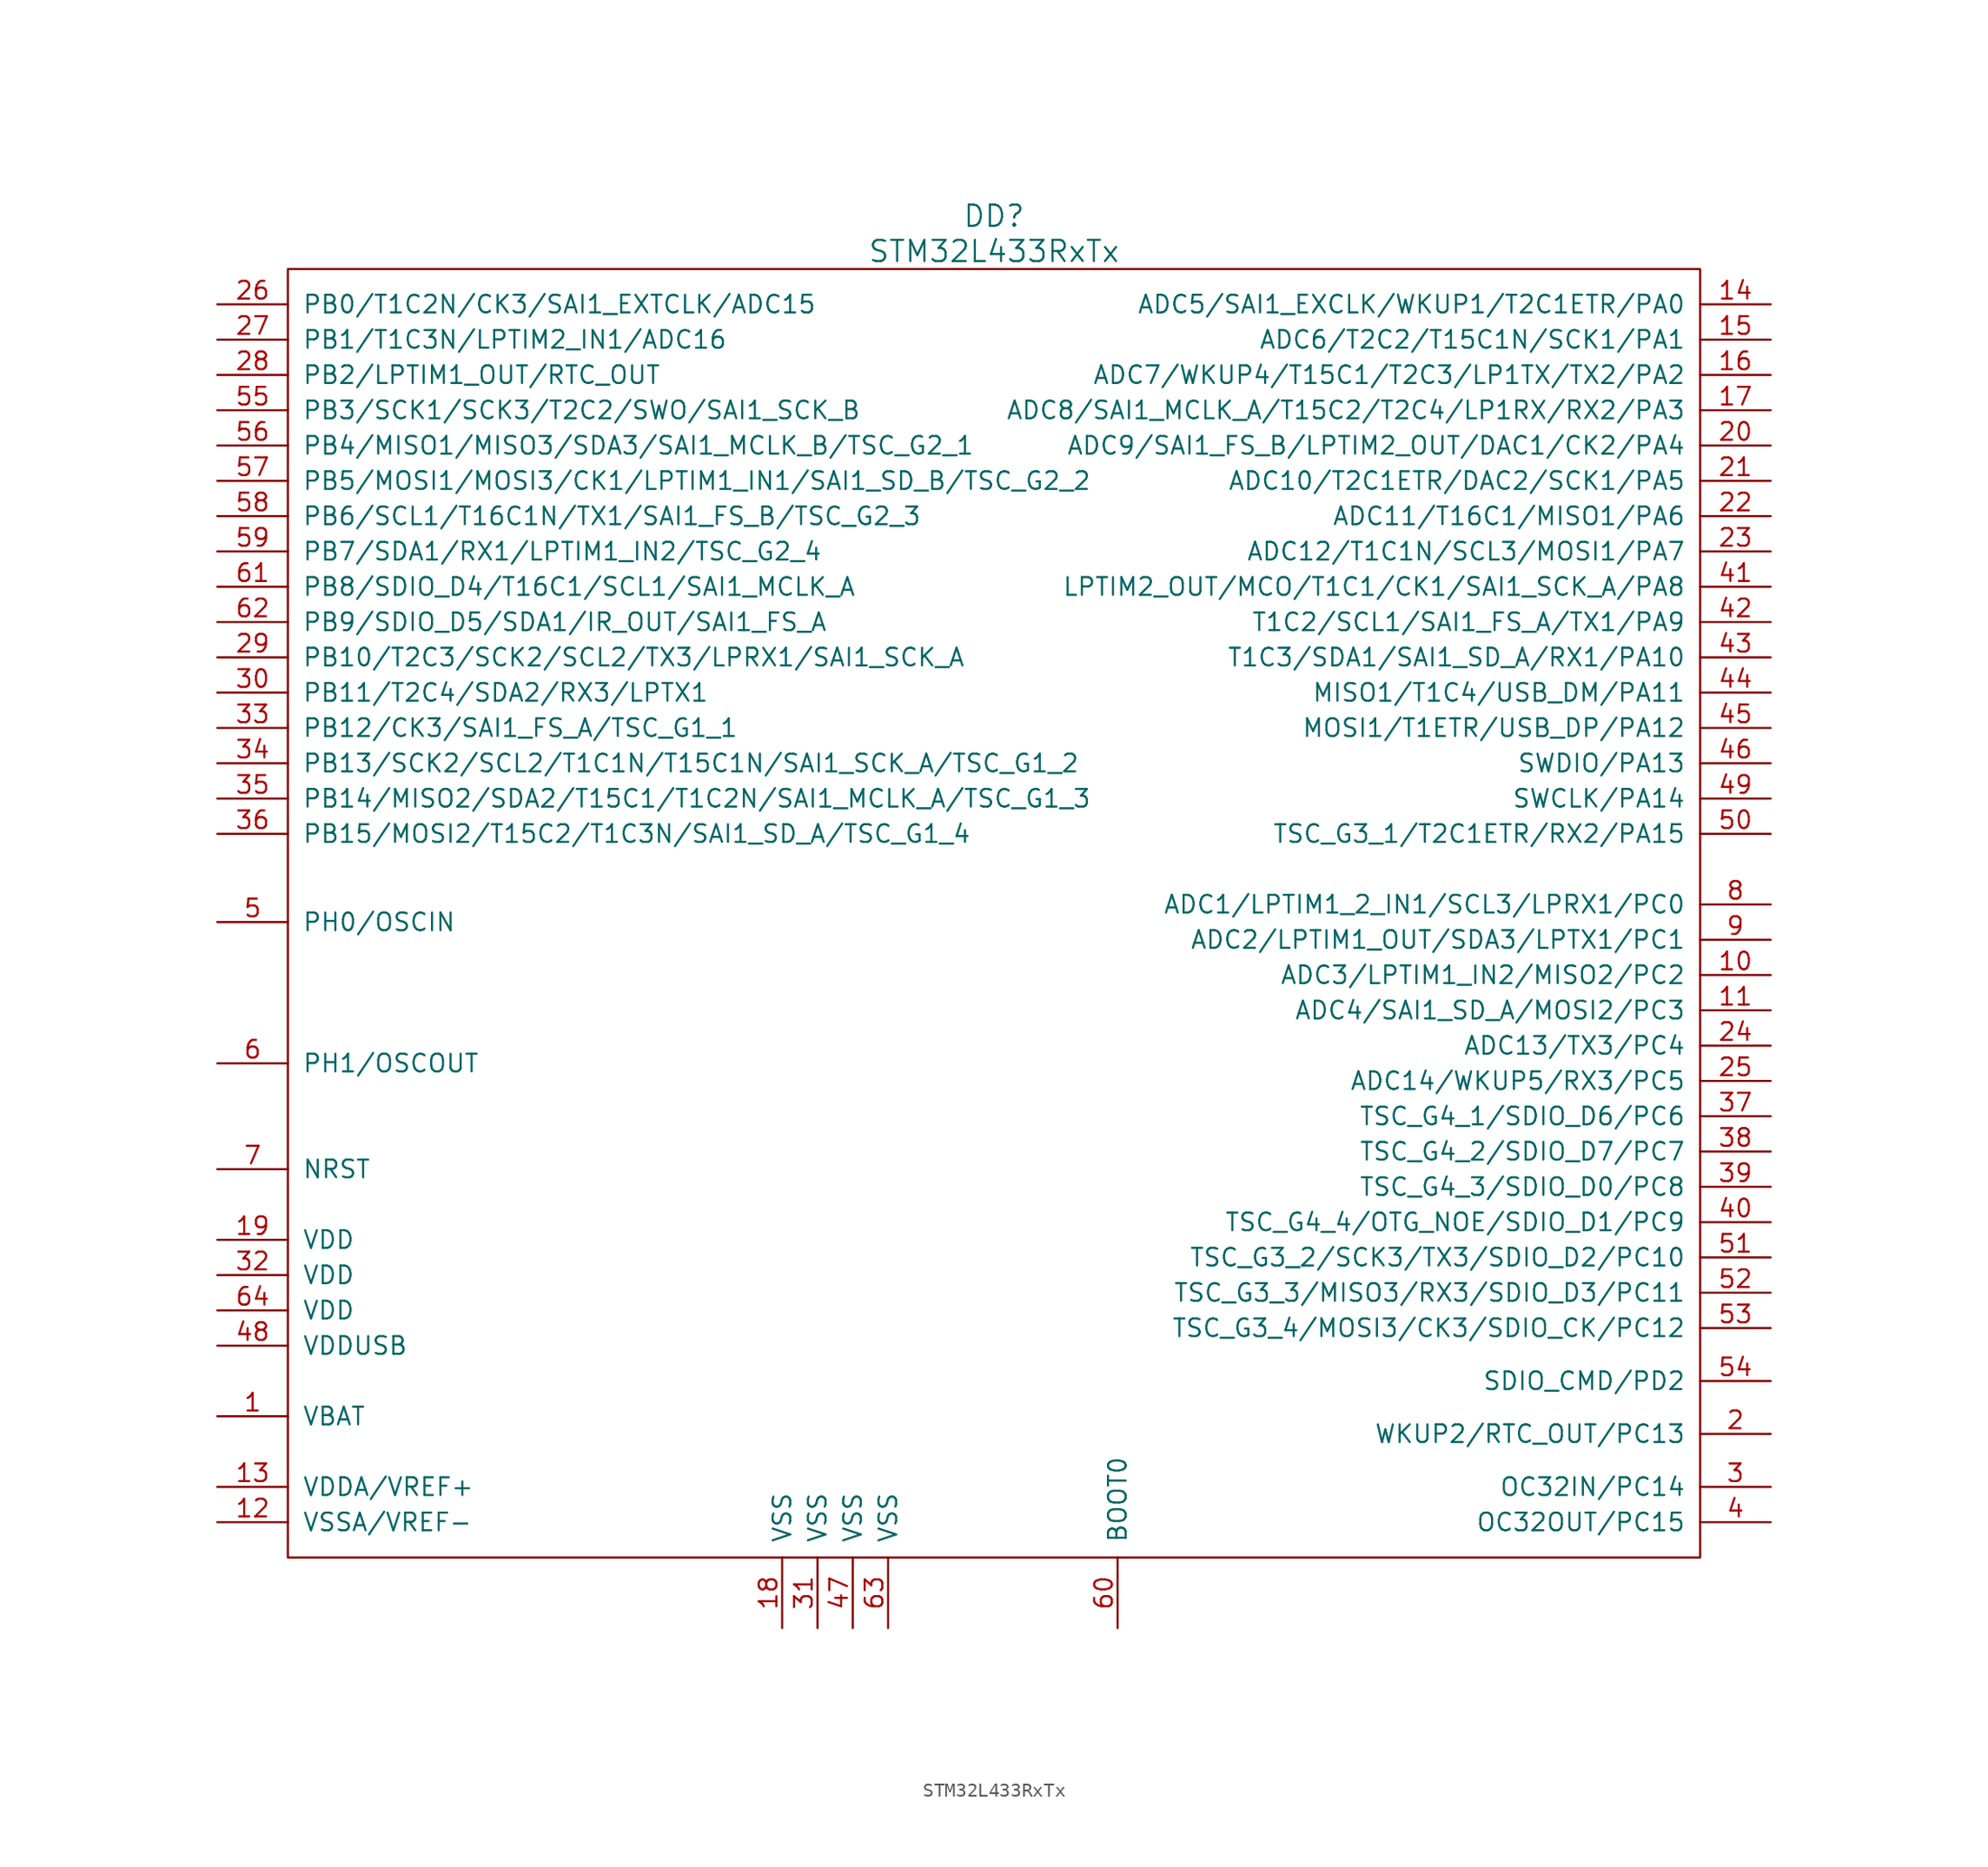
<source format=kicad_sym>
(kicad_symbol_lib
  (version 20220914)
  (generator kicad_symbol_editor)
  (symbol "STM32L433RxTx"
    (pin_names
      (offset 1.016))
    (property "Reference" "DD"
      (at 0 49.53 0)
      (effects (font (size 1.524 1.524))))
    (property "Value" "STM32L433RxTx"
      (at 0 46.99 0)
      (effects (font (size 1.524 1.524))))
    (property "Datasheet" ""
      (at 1.27 7.62 0)
      (effects (font (size 1.524 1.524))))
    (symbol "STM32L433RxTx_0_1"
      (rectangle (start 50.8 45.72) (end -50.8 -46.99) (stroke (width 0) (type solid)) (fill (type none))))
    (symbol "STM32L433RxTx_1_1"
      (pin power_in line (at -55.88 -36.83 0) (length 5.08) (name "VBAT" (effects (font (size 1.27 1.27)))) (number "1" (effects (font (size 1.27 1.27)))))
      (pin passive line (at 55.88 -5.08 180) (length 5.08) (name "ADC3/LPTIM1_IN2/MISO2/PC2" (effects (font (size 1.27 1.27)))) (number "10" (effects (font (size 1.27 1.27)))))
      (pin passive line (at 55.88 -7.62 180) (length 5.08) (name "ADC4/SAI1_SD_A/MOSI2/PC3" (effects (font (size 1.27 1.27)))) (number "11" (effects (font (size 1.27 1.27)))))
      (pin power_in line (at -55.88 -44.45 0) (length 5.08) (name "VSSA/VREF-" (effects (font (size 1.27 1.27)))) (number "12" (effects (font (size 1.27 1.27)))))
      (pin power_in line (at -55.88 -41.91 0) (length 5.08) (name "VDDA/VREF+" (effects (font (size 1.27 1.27)))) (number "13" (effects (font (size 1.27 1.27)))))
      (pin passive line (at 55.88 43.18 180) (length 5.08) (name "ADC5/SAI1_EXCLK/WKUP1/T2C1ETR/PA0" (effects (font (size 1.27 1.27)))) (number "14" (effects (font (size 1.27 1.27)))))
      (pin passive line (at 55.88 40.64 180) (length 5.08) (name "ADC6/T2C2/T15C1N/SCK1/PA1" (effects (font (size 1.27 1.27)))) (number "15" (effects (font (size 1.27 1.27)))))
      (pin passive line (at 55.88 38.1 180) (length 5.08) (name "ADC7/WKUP4/T15C1/T2C3/LP1TX/TX2/PA2" (effects (font (size 1.27 1.27)))) (number "16" (effects (font (size 1.27 1.27)))))
      (pin passive line (at 55.88 35.56 180) (length 5.08) (name "ADC8/SAI1_MCLK_A/T15C2/T2C4/LP1RX/RX2/PA3" (effects (font (size 1.27 1.27)))) (number "17" (effects (font (size 1.27 1.27)))))
      (pin power_in line (at -15.24 -52.07 90) (length 5.08) (name "VSS" (effects (font (size 1.27 1.27)))) (number "18" (effects (font (size 1.27 1.27)))))
      (pin power_in line (at -55.88 -24.13 0) (length 5.08) (name "VDD" (effects (font (size 1.27 1.27)))) (number "19" (effects (font (size 1.27 1.27)))))
      (pin passive line (at 55.88 -38.1 180) (length 5.08) (name "WKUP2/RTC_OUT/PC13" (effects (font (size 1.27 1.27)))) (number "2" (effects (font (size 1.27 1.27)))))
      (pin passive line (at 55.88 33.02 180) (length 5.08) (name "ADC9/SAI1_FS_B/LPTIM2_OUT/DAC1/CK2/PA4" (effects (font (size 1.27 1.27)))) (number "20" (effects (font (size 1.27 1.27)))))
      (pin passive line (at 55.88 30.48 180) (length 5.08) (name "ADC10/T2C1ETR/DAC2/SCK1/PA5" (effects (font (size 1.27 1.27)))) (number "21" (effects (font (size 1.27 1.27)))))
      (pin passive line (at 55.88 27.94 180) (length 5.08) (name "ADC11/T16C1/MISO1/PA6" (effects (font (size 1.27 1.27)))) (number "22" (effects (font (size 1.27 1.27)))))
      (pin passive line (at 55.88 25.4 180) (length 5.08) (name "ADC12/T1C1N/SCL3/MOSI1/PA7" (effects (font (size 1.27 1.27)))) (number "23" (effects (font (size 1.27 1.27)))))
      (pin passive line (at 55.88 -10.16 180) (length 5.08) (name "ADC13/TX3/PC4" (effects (font (size 1.27 1.27)))) (number "24" (effects (font (size 1.27 1.27)))))
      (pin passive line (at 55.88 -12.7 180) (length 5.08) (name "ADC14/WKUP5/RX3/PC5" (effects (font (size 1.27 1.27)))) (number "25" (effects (font (size 1.27 1.27)))))
      (pin passive line (at -55.88 43.18 0) (length 5.08) (name "PB0/T1C2N/CK3/SAI1_EXTCLK/ADC15" (effects (font (size 1.27 1.27)))) (number "26" (effects (font (size 1.27 1.27)))))
      (pin passive line (at -55.88 40.64 0) (length 5.08) (name "PB1/T1C3N/LPTIM2_IN1/ADC16" (effects (font (size 1.27 1.27)))) (number "27" (effects (font (size 1.27 1.27)))))
      (pin passive line (at -55.88 38.1 0) (length 5.08) (name "PB2/LPTIM1_OUT/RTC_OUT" (effects (font (size 1.27 1.27)))) (number "28" (effects (font (size 1.27 1.27)))))
      (pin passive line (at -55.88 17.78 0) (length 5.08) (name "PB10/T2C3/SCK2/SCL2/TX3/LPRX1/SAI1_SCK_A" (effects (font (size 1.27 1.27)))) (number "29" (effects (font (size 1.27 1.27)))))
      (pin passive line (at 55.88 -41.91 180) (length 5.08) (name "OC32IN/PC14" (effects (font (size 1.27 1.27)))) (number "3" (effects (font (size 1.27 1.27)))))
      (pin passive line (at -55.88 15.24 0) (length 5.08) (name "PB11/T2C4/SDA2/RX3/LPTX1" (effects (font (size 1.27 1.27)))) (number "30" (effects (font (size 1.27 1.27)))))
      (pin power_in line (at -12.7 -52.07 90) (length 5.08) (name "VSS" (effects (font (size 1.27 1.27)))) (number "31" (effects (font (size 1.27 1.27)))))
      (pin power_in line (at -55.88 -26.67 0) (length 5.08) (name "VDD" (effects (font (size 1.27 1.27)))) (number "32" (effects (font (size 1.27 1.27)))))
      (pin passive line (at -55.88 12.7 0) (length 5.08) (name "PB12/CK3/SAI1_FS_A/TSC_G1_1" (effects (font (size 1.27 1.27)))) (number "33" (effects (font (size 1.27 1.27)))))
      (pin passive line (at -55.88 10.16 0) (length 5.08) (name "PB13/SCK2/SCL2/T1C1N/T15C1N/SAI1_SCK_A/TSC_G1_2" (effects (font (size 1.27 1.27)))) (number "34" (effects (font (size 1.27 1.27)))))
      (pin passive line (at -55.88 7.62 0) (length 5.08) (name "PB14/MISO2/SDA2/T15C1/T1C2N/SAI1_MCLK_A/TSC_G1_3" (effects (font (size 1.27 1.27)))) (number "35" (effects (font (size 1.27 1.27)))))
      (pin passive line (at -55.88 5.08 0) (length 5.08) (name "PB15/MOSI2/T15C2/T1C3N/SAI1_SD_A/TSC_G1_4" (effects (font (size 1.27 1.27)))) (number "36" (effects (font (size 1.27 1.27)))))
      (pin passive line (at 55.88 -15.24 180) (length 5.08) (name "TSC_G4_1/SDIO_D6/PC6" (effects (font (size 1.27 1.27)))) (number "37" (effects (font (size 1.27 1.27)))))
      (pin passive line (at 55.88 -17.78 180) (length 5.08) (name "TSC_G4_2/SDIO_D7/PC7" (effects (font (size 1.27 1.27)))) (number "38" (effects (font (size 1.27 1.27)))))
      (pin passive line (at 55.88 -20.32 180) (length 5.08) (name "TSC_G4_3/SDIO_D0/PC8" (effects (font (size 1.27 1.27)))) (number "39" (effects (font (size 1.27 1.27)))))
      (pin passive line (at 55.88 -44.45 180) (length 5.08) (name "OC32OUT/PC15" (effects (font (size 1.27 1.27)))) (number "4" (effects (font (size 1.27 1.27)))))
      (pin passive line (at 55.88 -22.86 180) (length 5.08) (name "TSC_G4_4/OTG_NOE/SDIO_D1/PC9" (effects (font (size 1.27 1.27)))) (number "40" (effects (font (size 1.27 1.27)))))
      (pin passive line (at 55.88 22.86 180) (length 5.08) (name "LPTIM2_OUT/MCO/T1C1/CK1/SAI1_SCK_A/PA8" (effects (font (size 1.27 1.27)))) (number "41" (effects (font (size 1.27 1.27)))))
      (pin passive line (at 55.88 20.32 180) (length 5.08) (name "T1C2/SCL1/SAI1_FS_A/TX1/PA9" (effects (font (size 1.27 1.27)))) (number "42" (effects (font (size 1.27 1.27)))))
      (pin passive line (at 55.88 17.78 180) (length 5.08) (name "T1C3/SDA1/SAI1_SD_A/RX1/PA10" (effects (font (size 1.27 1.27)))) (number "43" (effects (font (size 1.27 1.27)))))
      (pin passive line (at 55.88 15.24 180) (length 5.08) (name "MISO1/T1C4/USB_DM/PA11" (effects (font (size 1.27 1.27)))) (number "44" (effects (font (size 1.27 1.27)))))
      (pin passive line (at 55.88 12.7 180) (length 5.08) (name "MOSI1/T1ETR/USB_DP/PA12" (effects (font (size 1.27 1.27)))) (number "45" (effects (font (size 1.27 1.27)))))
      (pin passive line (at 55.88 10.16 180) (length 5.08) (name "SWDIO/PA13" (effects (font (size 1.27 1.27)))) (number "46" (effects (font (size 1.27 1.27)))))
      (pin power_in line (at -10.16 -52.07 90) (length 5.08) (name "VSS" (effects (font (size 1.27 1.27)))) (number "47" (effects (font (size 1.27 1.27)))))
      (pin power_in line (at -55.88 -31.75 0) (length 5.08) (name "VDDUSB" (effects (font (size 1.27 1.27)))) (number "48" (effects (font (size 1.27 1.27)))))
      (pin passive line (at 55.88 7.62 180) (length 5.08) (name "SWCLK/PA14" (effects (font (size 1.27 1.27)))) (number "49" (effects (font (size 1.27 1.27)))))
      (pin passive line (at -55.88 -1.27 0) (length 5.08) (name "PH0/OSCIN" (effects (font (size 1.27 1.27)))) (number "5" (effects (font (size 1.27 1.27)))))
      (pin passive line (at 55.88 5.08 180) (length 5.08) (name "TSC_G3_1/T2C1ETR/RX2/PA15" (effects (font (size 1.27 1.27)))) (number "50" (effects (font (size 1.27 1.27)))))
      (pin passive line (at 55.88 -25.4 180) (length 5.08) (name "TSC_G3_2/SCK3/TX3/SDIO_D2/PC10" (effects (font (size 1.27 1.27)))) (number "51" (effects (font (size 1.27 1.27)))))
      (pin passive line (at 55.88 -27.94 180) (length 5.08) (name "TSC_G3_3/MISO3/RX3/SDIO_D3/PC11" (effects (font (size 1.27 1.27)))) (number "52" (effects (font (size 1.27 1.27)))))
      (pin passive line (at 55.88 -30.48 180) (length 5.08) (name "TSC_G3_4/MOSI3/CK3/SDIO_CK/PC12" (effects (font (size 1.27 1.27)))) (number "53" (effects (font (size 1.27 1.27)))))
      (pin passive line (at 55.88 -34.29 180) (length 5.08) (name "SDIO_CMD/PD2" (effects (font (size 1.27 1.27)))) (number "54" (effects (font (size 1.27 1.27)))))
      (pin passive line (at -55.88 35.56 0) (length 5.08) (name "PB3/SCK1/SCK3/T2C2/SWO/SAI1_SCK_B" (effects (font (size 1.27 1.27)))) (number "55" (effects (font (size 1.27 1.27)))))
      (pin passive line (at -55.88 33.02 0) (length 5.08) (name "PB4/MISO1/MISO3/SDA3/SAI1_MCLK_B/TSC_G2_1" (effects (font (size 1.27 1.27)))) (number "56" (effects (font (size 1.27 1.27)))))
      (pin passive line (at -55.88 30.48 0) (length 5.08) (name "PB5/MOSI1/MOSI3/CK1/LPTIM1_IN1/SAI1_SD_B/TSC_G2_2" (effects (font (size 1.27 1.27)))) (number "57" (effects (font (size 1.27 1.27)))))
      (pin passive line (at -55.88 27.94 0) (length 5.08) (name "PB6/SCL1/T16C1N/TX1/SAI1_FS_B/TSC_G2_3" (effects (font (size 1.27 1.27)))) (number "58" (effects (font (size 1.27 1.27)))))
      (pin passive line (at -55.88 25.4 0) (length 5.08) (name "PB7/SDA1/RX1/LPTIM1_IN2/TSC_G2_4" (effects (font (size 1.27 1.27)))) (number "59" (effects (font (size 1.27 1.27)))))
      (pin passive line (at -55.88 -11.43 0) (length 5.08) (name "PH1/OSCOUT" (effects (font (size 1.27 1.27)))) (number "6" (effects (font (size 1.27 1.27)))))
      (pin passive line (at 8.89 -52.07 90) (length 5.08) (name "BOOT0" (effects (font (size 1.27 1.27)))) (number "60" (effects (font (size 1.27 1.27)))))
      (pin passive line (at -55.88 22.86 0) (length 5.08) (name "PB8/SDIO_D4/T16C1/SCL1/SAI1_MCLK_A" (effects (font (size 1.27 1.27)))) (number "61" (effects (font (size 1.27 1.27)))))
      (pin passive line (at -55.88 20.32 0) (length 5.08) (name "PB9/SDIO_D5/SDA1/IR_OUT/SAI1_FS_A" (effects (font (size 1.27 1.27)))) (number "62" (effects (font (size 1.27 1.27)))))
      (pin power_in line (at -7.62 -52.07 90) (length 5.08) (name "VSS" (effects (font (size 1.27 1.27)))) (number "63" (effects (font (size 1.27 1.27)))))
      (pin power_in line (at -55.88 -29.21 0) (length 5.08) (name "VDD" (effects (font (size 1.27 1.27)))) (number "64" (effects (font (size 1.27 1.27)))))
      (pin passive line (at -55.88 -19.05 0) (length 5.08) (name "NRST" (effects (font (size 1.27 1.27)))) (number "7" (effects (font (size 1.27 1.27)))))
      (pin passive line (at 55.88 0 180) (length 5.08) (name "ADC1/LPTIM1_2_IN1/SCL3/LPRX1/PC0" (effects (font (size 1.27 1.27)))) (number "8" (effects (font (size 1.27 1.27)))))
      (pin passive line (at 55.88 -2.54 180) (length 5.08) (name "ADC2/LPTIM1_OUT/SDA3/LPTX1/PC1" (effects (font (size 1.27 1.27)))) (number "9" (effects (font (size 1.27 1.27))))))))
</source>
